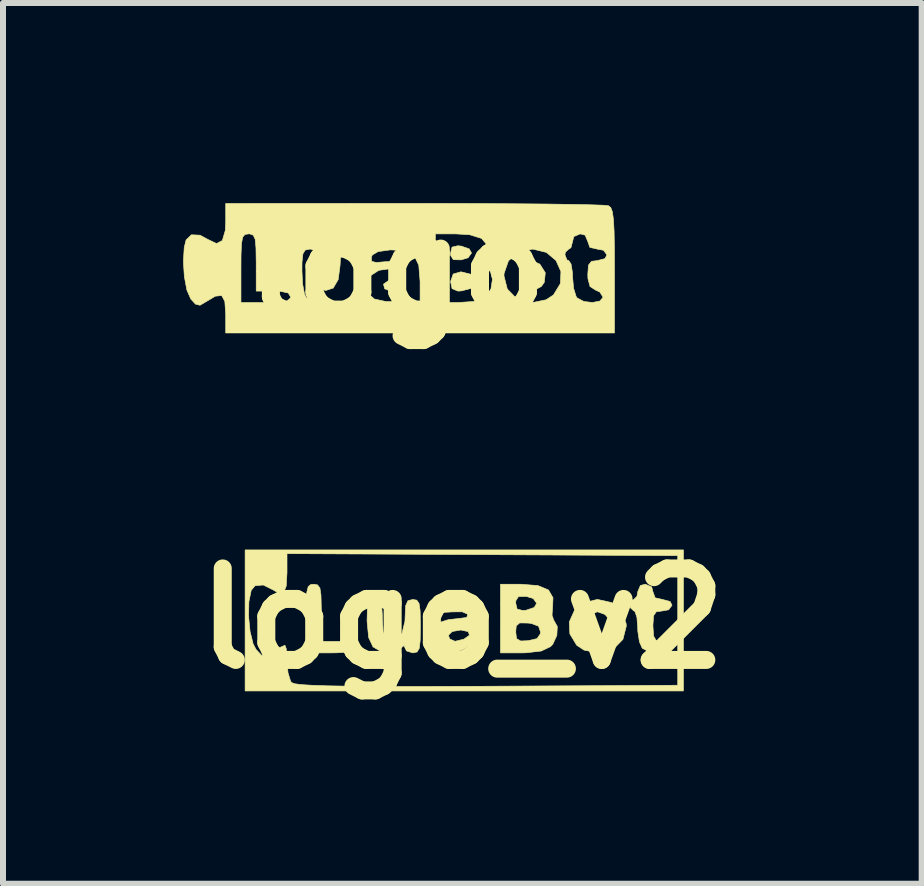
<source format=kicad_pcb>
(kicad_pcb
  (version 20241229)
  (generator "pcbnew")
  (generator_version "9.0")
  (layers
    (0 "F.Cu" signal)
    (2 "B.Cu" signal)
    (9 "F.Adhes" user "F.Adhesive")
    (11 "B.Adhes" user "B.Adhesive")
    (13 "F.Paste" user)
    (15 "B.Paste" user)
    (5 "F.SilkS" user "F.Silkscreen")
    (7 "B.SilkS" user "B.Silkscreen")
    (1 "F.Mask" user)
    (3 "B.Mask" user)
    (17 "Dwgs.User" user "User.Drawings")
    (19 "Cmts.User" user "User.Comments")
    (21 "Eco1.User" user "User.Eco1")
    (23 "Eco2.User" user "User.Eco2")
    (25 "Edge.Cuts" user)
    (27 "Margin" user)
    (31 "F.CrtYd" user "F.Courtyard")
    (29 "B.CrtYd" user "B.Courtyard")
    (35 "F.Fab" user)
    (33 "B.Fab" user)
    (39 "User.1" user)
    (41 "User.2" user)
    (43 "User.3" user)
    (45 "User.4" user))
  (footprint "logo"
    (layer "F.Cu")
    (at 3.567 1.418)
    (property "Reference" "logo" (at 0 0 0) (layer "F.SilkS") (effects (font (size 1.524 1.524) (thickness 0.3))))
    (attr through_hole)
    (fp_poly (pts (xy 0.098 0.217) (xy 0.119 0.277) (xy 0.027 0.342) (xy -0.12 0.379) (xy -0.209 0.342) (xy -0.21 0.34) (xy -0.228 0.265) (xy -0.147 0.208) (xy -0.028 0.191) (xy 0.098 0.217)) (stroke (width 0.01) (type solid)) (fill yes) (layer "F.SilkS"))
    (fp_poly (pts (xy 1.064 -0.369) (xy 1.198 -0.323) (xy 1.238 -0.254) (xy 1.181 -0.174) (xy 1.064 -0.139) (xy 0.935 -0.142) (xy 0.891 -0.211) (xy 0.889 -0.254) (xy 0.913 -0.351) (xy 1.008 -0.374) (xy 1.064 -0.369)) (stroke (width 0.01) (type solid)) (fill yes) (layer "F.SilkS"))
    (fp_poly (pts (xy 1.233 0.102) (xy 1.33 0.175) (xy 1.323 0.261) (xy 1.23 0.336) (xy 1.07 0.378) (xy 1.011 0.381) (xy 0.914 0.341) (xy 0.889 0.222) (xy 0.933 0.096) (xy 1.062 0.06) (xy 1.233 0.102)) (stroke (width 0.01) (type solid)) (fill yes) (layer "F.SilkS"))
    (fp_poly (pts (xy 2.376 -0.068) (xy 2.467 0.076) (xy 2.45 0.235) (xy 2.4 0.305) (xy 2.263 0.377) (xy 2.13 0.323) (xy 2.098 0.289) (xy 2.043 0.152) (xy 2.071 0.018) (xy 2.157 -0.081) (xy 2.276 -0.112) (xy 2.376 -0.068)) (stroke (width 0.01) (type solid)) (fill yes) (layer "F.SilkS"))
    (fp_poly (pts (xy 0.902 -1.079) (xy 1.487 -1.077) (xy 2.023 -1.073) (xy 2.496 -1.069) (xy 2.895 -1.063) (xy 3.206 -1.057) (xy 3.417 -1.05) (xy 3.515 -1.042) (xy 3.519 -1.041) (xy 3.557 -1.011) (xy 3.584 -0.941) (xy 3.602 -0.814) (xy 3.613 -0.612) (xy 3.618 -0.318) (xy 3.619 0.039) (xy 3.619 1.079) (xy -2.857 1.079) (xy -2.857 0.762) (xy -2.872 0.551) (xy -2.925 0.455) (xy -3.03 0.466) (xy -3.171 0.55) (xy -3.285 0.617) (xy -3.361 0.598) (xy -3.439 0.512) (xy -3.504 0.364) (xy -3.546 0.139) (xy -3.555 0) (xy -2.603 0) (xy -2.603 0.572) (xy -2.191 0.572) (xy -1.959 0.565) (xy -1.831 0.542) (xy -1.781 0.498) (xy -1.778 0.476) (xy -1.815 0.413) (xy -1.943 0.385) (xy -2.064 0.381) (xy -2.349 0.381) (xy -2.349 0.051) (xy -1.587 0.051) (xy -1.576 0.264) (xy -1.545 0.428) (xy -1.515 0.492) (xy -1.416 0.53) (xy -1.234 0.554) (xy -1.071 0.559) (xy -0.699 0.554) (xy -0.699 0.275) (xy -0.508 0.275) (xy -0.48 0.424) (xy -0.381 0.513) (xy -0.193 0.554) (xy 0.009 0.559) (xy 0.381 0.554) (xy 0.381 0.218) (xy 0.359 -0.05) (xy 0.281 -0.215) (xy 0.131 -0.294) (xy -0.108 -0.305) (xy -0.118 -0.305) (xy -0.318 -0.277) (xy -0.415 -0.22) (xy -0.432 -0.18) (xy -0.425 -0.114) (xy -0.349 -0.095) (xy -0.202 -0.108) (xy -0.018 -0.114) (xy 0.086 -0.077) (xy 0.091 -0.071) (xy 0.073 -0.018) (xy -0.063 -0.000001) (xy -0.064 0) (xy -0.306 0.035) (xy -0.459 0.134) (xy -0.508 0.275) (xy -0.699 0.275) (xy -0.699 0.118) (xy -0.702 -0.113) (xy -0.718 -0.244) (xy -0.755 -0.303) (xy -0.819 -0.317) (xy -0.826 -0.318) (xy -0.906 -0.298) (xy -0.943 -0.219) (xy -0.952 -0.046) (xy -0.953 -0.04) (xy -0.983 0.189) (xy -1.066 0.331) (xy -1.19 0.371) (xy -1.237 0.358) (xy -1.302 0.284) (xy -1.331 0.113) (xy -1.333 0.002) (xy -1.34 -0.189) (xy -1.368 -0.285) (xy -1.43 -0.316) (xy -1.46 -0.318) (xy -1.532 -0.303) (xy -1.571 -0.24) (xy -1.586 -0.1) (xy -1.587 0.051) (xy -2.349 0.051) (xy -2.349 -0.095) (xy -2.353 -0.339) (xy -2.366 -0.482) (xy -2.398 -0.55) (xy -2.454 -0.571) (xy -2.477 -0.572) (xy 0.635 -0.572) (xy 0.635 0.572) (xy 1.011 0.572) (xy 1.289 0.553) (xy 1.457 0.496) (xy 1.488 0.472) (xy 1.562 0.341) (xy 1.586 0.185) (xy 1.571 0.127) (xy 1.778 0.127) (xy 1.834 0.347) (xy 1.986 0.502) (xy 2.212 0.57) (xy 2.254 0.572) (xy 2.48 0.526) (xy 2.603 0.445) (xy 2.718 0.256) (xy 2.727 0.055) (xy 2.645 -0.128) (xy 2.534 -0.222) (xy 2.794 -0.222) (xy 2.828 -0.138) (xy 2.857 -0.127) (xy 2.896 -0.07) (xy 2.919 0.072) (xy 2.921 0.146) (xy 2.938 0.333) (xy 2.98 0.47) (xy 2.997 0.495) (xy 3.109 0.554) (xy 3.252 0.571) (xy 3.376 0.547) (xy 3.429 0.484) (xy 3.429 0.484) (xy 3.376 0.398) (xy 3.302 0.363) (xy 3.212 0.305) (xy 3.177 0.173) (xy 3.175 0.101) (xy 3.186 -0.052) (xy 3.237 -0.115) (xy 3.334 -0.127) (xy 3.461 -0.16) (xy 3.493 -0.222) (xy 3.437 -0.299) (xy 3.334 -0.318) (xy 3.209 -0.347) (xy 3.175 -0.445) (xy 3.13 -0.551) (xy 3.048 -0.572) (xy 2.942 -0.527) (xy 2.921 -0.445) (xy 2.894 -0.341) (xy 2.857 -0.318) (xy 2.801 -0.266) (xy 2.794 -0.222) (xy 2.534 -0.222) (xy 2.486 -0.263) (xy 2.265 -0.317) (xy 2.254 -0.318) (xy 2.019 -0.265) (xy 1.853 -0.123) (xy 1.78 0.087) (xy 1.778 0.127) (xy 1.571 0.127) (xy 1.554 0.06) (xy 1.526 0.033) (xy 1.495 -0.049) (xy 1.503 -0.196) (xy 1.504 -0.202) (xy 1.502 -0.38) (xy 1.406 -0.496) (xy 1.207 -0.558) (xy 0.972 -0.572) (xy 0.635 -0.572) (xy -2.477 -0.572) (xy -2.537 -0.562) (xy -2.574 -0.517) (xy -2.594 -0.413) (xy -2.602 -0.225) (xy -2.603 0) (xy -3.555 0) (xy -3.562 -0.113) (xy -3.548 -0.346) (xy -3.517 -0.471) (xy -3.428 -0.557) (xy -3.284 -0.55) (xy -3.153 -0.479) (xy -3.01 -0.411) (xy -2.913 -0.461) (xy -2.864 -0.629) (xy -2.857 -0.769) (xy -2.857 -1.079) (xy 0.281 -1.08) (xy 0.902 -1.079)) (stroke (width 0.01) (type solid)) (fill yes) (layer "F.SilkS")))
  (footprint "logo_v2"
    (layer "F.Cu")
    (at 4.652 7.254)
    (property "Reference" "logo_v2" (at 0 0 0) (layer "F.SilkS") (effects (font (size 1.524 1.524) (thickness 0.3))))
    (attr through_hole)
    (fp_poly (pts (xy -2.412 -0.56) (xy -2.373 -0.509) (xy -2.355 -0.391) (xy -2.35 -0.181) (xy -2.349 -0.095) (xy -2.349 0.381) (xy -2.064 0.381) (xy -1.875 0.393) (xy -1.79 0.436) (xy -1.778 0.476) (xy -1.806 0.53) (xy -1.904 0.559) (xy -2.097 0.571) (xy -2.191 0.572) (xy -2.603 0.572) (xy -2.603 0) (xy -2.601 -0.272) (xy -2.591 -0.44) (xy -2.568 -0.53) (xy -2.527 -0.566) (xy -2.477 -0.572) (xy -2.412 -0.56)) (stroke (width 0.01) (type solid)) (fill yes) (layer "F.SilkS"))
    (fp_poly (pts (xy 2.49 -0.265) (xy 2.656 -0.123) (xy 2.729 0.087) (xy 2.731 0.127) (xy 2.675 0.347) (xy 2.523 0.502) (xy 2.297 0.57) (xy 2.254 0.572) (xy 2.028 0.526) (xy 1.905 0.445) (xy 1.791 0.256) (xy 1.787 0.182) (xy 2.047 0.182) (xy 2.098 0.289) (xy 2.229 0.375) (xy 2.366 0.335) (xy 2.4 0.305) (xy 2.472 0.156) (xy 2.434 -0.001) (xy 2.376 -0.068) (xy 2.25 -0.113) (xy 2.136 -0.065) (xy 2.06 0.045) (xy 2.047 0.182) (xy 1.787 0.182) (xy 1.782 0.055) (xy 1.864 -0.128) (xy 2.022 -0.263) (xy 2.243 -0.317) (xy 2.254 -0.318) (xy 2.49 -0.265)) (stroke (width 0.01) (type solid)) (fill yes) (layer "F.SilkS"))
    (fp_poly (pts (xy 3.154 -0.527) (xy 3.175 -0.445) (xy 3.212 -0.345) (xy 3.334 -0.318) (xy 3.461 -0.284) (xy 3.493 -0.222) (xy 3.437 -0.146) (xy 3.334 -0.127) (xy 3.231 -0.113) (xy 3.186 -0.048) (xy 3.175 0.105) (xy 3.175 0.127) (xy 3.186 0.293) (xy 3.229 0.367) (xy 3.302 0.381) (xy 3.405 0.421) (xy 3.429 0.476) (xy 3.377 0.544) (xy 3.254 0.571) (xy 3.11 0.555) (xy 2.997 0.495) (xy 2.95 0.388) (xy 2.923 0.211) (xy 2.921 0.146) (xy 2.908 -0.02) (xy 2.875 -0.117) (xy 2.857 -0.127) (xy 2.801 -0.178) (xy 2.794 -0.222) (xy 2.828 -0.307) (xy 2.857 -0.318) (xy 2.909 -0.371) (xy 2.921 -0.445) (xy 2.966 -0.551) (xy 3.048 -0.572) (xy 3.154 -0.527)) (stroke (width 0.01) (type solid)) (fill yes) (layer "F.SilkS"))
    (fp_poly (pts (xy -0.759 -0.306) (xy -0.721 -0.251) (xy -0.703 -0.128) (xy -0.699 0.092) (xy -0.699 0.127) (xy -0.702 0.361) (xy -0.717 0.494) (xy -0.753 0.556) (xy -0.815 0.571) (xy -0.826 0.572) (xy -0.929 0.54) (xy -0.953 0.495) (xy -0.971 0.451) (xy -1.029 0.495) (xy -1.177 0.564) (xy -1.355 0.55) (xy -1.488 0.472) (xy -1.561 0.316) (xy -1.587 0.046) (xy -1.587 0.027) (xy -1.582 -0.173) (xy -1.557 -0.277) (xy -1.503 -0.314) (xy -1.46 -0.318) (xy -1.385 -0.301) (xy -1.346 -0.23) (xy -1.334 -0.075) (xy -1.333 0.002) (xy -1.319 0.222) (xy -1.271 0.336) (xy -1.237 0.358) (xy -1.102 0.356) (xy -1.005 0.246) (xy -0.956 0.044) (xy -0.953 -0.04) (xy -0.944 -0.215) (xy -0.907 -0.297) (xy -0.829 -0.317) (xy -0.826 -0.318) (xy -0.759 -0.306)) (stroke (width 0.01) (type solid)) (fill yes) (layer "F.SilkS"))
    (fp_poly (pts (xy 3.683 1.206) (xy -3.619 1.206) (xy -3.619 -0.035) (xy -3.561 -0.035) (xy -3.536 0.216) (xy -3.485 0.423) (xy -3.437 0.514) (xy -3.346 0.611) (xy -3.268 0.619) (xy -3.154 0.552) (xy -3.028 0.477) (xy -2.955 0.445) (xy -2.955 0.445) (xy -2.934 0.501) (xy -2.922 0.644) (xy -2.921 0.718) (xy -2.904 0.905) (xy -2.862 1.042) (xy -2.844 1.067) (xy -2.795 1.086) (xy -2.682 1.101) (xy -2.498 1.112) (xy -2.233 1.121) (xy -1.881 1.127) (xy -1.432 1.131) (xy -0.879 1.132) (xy -0.214 1.13) (xy 0.41 1.128) (xy 3.588 1.111) (xy 3.588 -1.048) (xy -2.921 -1.081) (xy -2.921 -0.766) (xy -2.934 -0.54) (xy -2.979 -0.429) (xy -3.062 -0.423) (xy -3.15 -0.476) (xy -3.316 -0.559) (xy -3.452 -0.547) (xy -3.517 -0.471) (xy -3.556 -0.28) (xy -3.561 -0.035) (xy -3.619 -0.035) (xy -3.619 -1.143) (xy 3.683 -1.143) (xy 3.683 1.206)) (stroke (width 0.01) (type solid)) (fill yes) (layer "F.SilkS"))
    (fp_poly (pts (xy 1.259 -0.549) (xy 1.435 -0.476) (xy 1.51 -0.347) (xy 1.504 -0.202) (xy 1.494 -0.055) (xy 1.524 0.032) (xy 1.526 0.033) (xy 1.582 0.133) (xy 1.574 0.282) (xy 1.507 0.427) (xy 1.471 0.466) (xy 1.315 0.541) (xy 1.055 0.571) (xy 0.995 0.572) (xy 0.635 0.572) (xy 0.635 0.222) (xy 0.889 0.222) (xy 0.903 0.335) (xy 0.972 0.374) (xy 1.095 0.369) (xy 1.245 0.334) (xy 1.299 0.255) (xy 1.302 0.222) (xy 1.269 0.127) (xy 1.149 0.082) (xy 1.095 0.075) (xy 0.954 0.073) (xy 0.898 0.123) (xy 0.889 0.222) (xy 0.635 0.222) (xy 0.635 -0.254) (xy 0.889 -0.254) (xy 0.913 -0.157) (xy 1.008 -0.134) (xy 1.064 -0.139) (xy 1.198 -0.185) (xy 1.238 -0.254) (xy 1.181 -0.334) (xy 1.064 -0.369) (xy 0.935 -0.366) (xy 0.891 -0.297) (xy 0.889 -0.254) (xy 0.635 -0.254) (xy 0.635 -0.572) (xy 0.972 -0.572) (xy 1.259 -0.549)) (stroke (width 0.01) (type solid)) (fill yes) (layer "F.SilkS"))
    (fp_poly (pts (xy 0.108 -0.293) (xy 0.252 -0.224) (xy 0.276 -0.201) (xy 0.355 -0.028) (xy 0.381 0.243) (xy 0.375 0.438) (xy 0.348 0.536) (xy 0.289 0.569) (xy 0.254 0.572) (xy 0.151 0.54) (xy 0.127 0.495) (xy 0.108 0.451) (xy 0.051 0.495) (xy -0.096 0.562) (xy -0.286 0.549) (xy -0.397 0.503) (xy -0.489 0.387) (xy -0.496 0.279) (xy -0.233 0.279) (xy -0.21 0.34) (xy -0.122 0.379) (xy 0.023 0.344) (xy 0.027 0.342) (xy 0.119 0.277) (xy 0.097 0.217) (xy -0.028 0.191) (xy -0.169 0.216) (xy -0.233 0.279) (xy -0.496 0.279) (xy -0.499 0.233) (xy -0.43 0.098) (xy -0.385 0.066) (xy -0.232 0.018) (xy -0.064 0) (xy 0.073 -0.018) (xy 0.091 -0.07) (xy 0.091 -0.071) (xy -0.001 -0.112) (xy -0.176 -0.111) (xy -0.199 -0.109) (xy -0.371 -0.1) (xy -0.441 -0.137) (xy -0.445 -0.158) (xy -0.39 -0.249) (xy -0.253 -0.303) (xy -0.074 -0.319) (xy 0.108 -0.293)) (stroke (width 0.01) (type solid)) (fill yes) (layer "F.SilkS")))
  (gr_rect
    (start -3 -3)
    (end 12.304 11.672)
    (stroke (width 0.1) (type default))
    (fill no)
    (layer "Edge.Cuts")))
</source>
